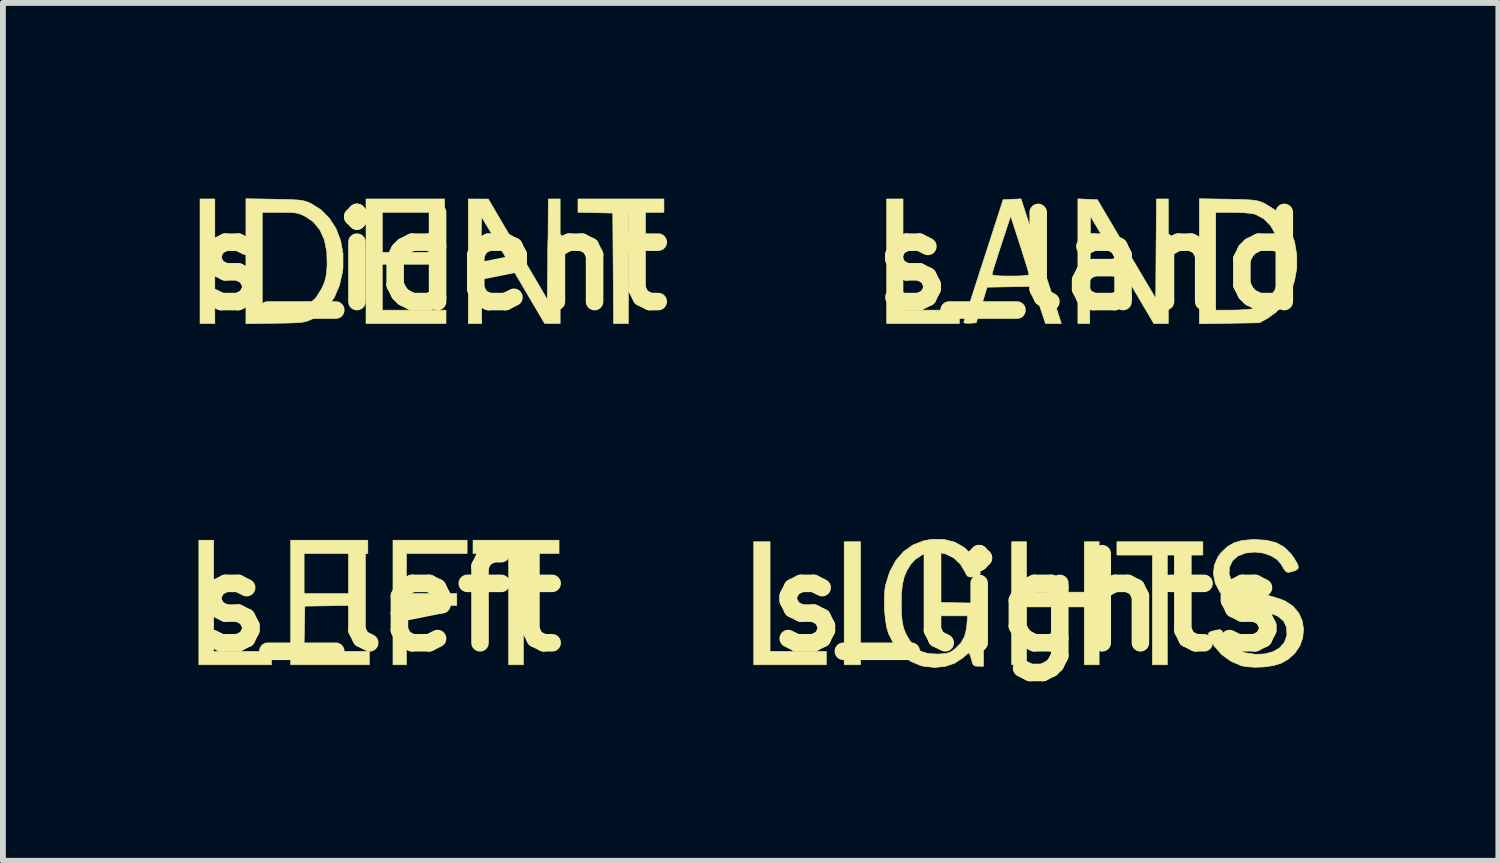
<source format=kicad_pcb>
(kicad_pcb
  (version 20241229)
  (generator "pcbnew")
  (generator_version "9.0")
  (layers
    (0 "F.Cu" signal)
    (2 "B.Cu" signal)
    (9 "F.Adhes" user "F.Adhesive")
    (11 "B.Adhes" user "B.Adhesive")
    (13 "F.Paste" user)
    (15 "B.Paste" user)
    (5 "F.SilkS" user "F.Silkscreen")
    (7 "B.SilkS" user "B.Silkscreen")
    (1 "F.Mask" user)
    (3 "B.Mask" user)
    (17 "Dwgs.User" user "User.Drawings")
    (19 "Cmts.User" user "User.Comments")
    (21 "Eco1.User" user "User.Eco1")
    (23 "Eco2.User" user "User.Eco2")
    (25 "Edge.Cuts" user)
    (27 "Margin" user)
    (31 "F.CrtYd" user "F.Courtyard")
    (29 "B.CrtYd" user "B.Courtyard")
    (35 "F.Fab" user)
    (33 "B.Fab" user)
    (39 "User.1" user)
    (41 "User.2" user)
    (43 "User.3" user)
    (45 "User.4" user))
  (footprint "s_lights"
    (layer "F.Cu")
    (at 14.531 7.254)
    (property "Reference" "s_lights" (at 0 0 0) (layer "F.SilkS") (effects (font (size 1.524 1.524) (thickness 0.3))))
    (attr through_hole)
    (fp_poly (pts (xy -2.864 1.065) (xy -3.143 1.065) (xy -3.143 -1.039) (xy -2.864 -1.039) (xy -2.864 1.065)) (stroke (width 0.01) (type solid)) (fill yes) (layer "F.SilkS"))
    (fp_poly (pts (xy -4.411 0.837) (xy -3.448 0.837) (xy -3.448 1.065) (xy -4.69 1.065) (xy -4.69 -1.039) (xy -4.411 -1.039) (xy -4.411 0.837)) (stroke (width 0.01) (type solid)) (fill yes) (layer "F.SilkS"))
    (fp_poly (pts (xy 2.991 -0.811) (xy 2.383 -0.811) (xy 2.383 1.065) (xy 2.129 1.065) (xy 2.129 -0.811) (xy 1.521 -0.811) (xy 1.521 -1.039) (xy 2.991 -1.039) (xy 2.991 -0.811)) (stroke (width 0.01) (type solid)) (fill yes) (layer "F.SilkS"))
    (fp_poly (pts (xy -0.025 -0.177) (xy 0.963 -0.177) (xy 0.963 -1.039) (xy 1.217 -1.039) (xy 1.217 1.065) (xy 0.963 1.065) (xy 0.963 0.076) (xy -0.025 0.076) (xy -0.025 1.065) (xy -0.279 1.065) (xy -0.279 -1.039) (xy -0.025 -1.039) (xy -0.025 -0.177)) (stroke (width 0.01) (type solid)) (fill yes) (layer "F.SilkS"))
    (fp_poly (pts (xy -1.427 -1.077) (xy -1.243 -1.028) (xy -1.085 -0.936) (xy -0.954 -0.805) (xy -0.877 -0.679) (xy -0.831 -0.58) (xy -0.814 -0.514) (xy -0.826 -0.474) (xy -0.868 -0.452) (xy -0.89 -0.447) (xy -0.973 -0.434) (xy -1.023 -0.442) (xy -1.055 -0.476) (xy -1.078 -0.526) (xy -1.158 -0.659) (xy -1.266 -0.759) (xy -1.395 -0.826) (xy -1.534 -0.859) (xy -1.677 -0.855) (xy -1.812 -0.814) (xy -1.932 -0.734) (xy -2 -0.659) (xy -2.069 -0.549) (xy -2.118 -0.434) (xy -2.148 -0.302) (xy -2.164 -0.142) (xy -2.167 0.013) (xy -2.164 0.188) (xy -2.151 0.325) (xy -2.128 0.436) (xy -2.089 0.534) (xy -2.034 0.631) (xy -2.021 0.65) (xy -1.929 0.764) (xy -1.828 0.837) (xy -1.706 0.874) (xy -1.552 0.882) (xy -1.542 0.882) (xy -1.438 0.876) (xy -1.367 0.864) (xy -1.313 0.841) (xy -1.258 0.802) (xy -1.251 0.796) (xy -1.149 0.695) (xy -1.085 0.583) (xy -1.051 0.445) (xy -1.046 0.392) (xy -1.032 0.228) (xy -1.572 0.228) (xy -1.572 -0.001) (xy -1.172 0.006) (xy -0.773 0.013) (xy -0.766 0.551) (xy -0.759 1.09) (xy -0.848 1.09) (xy -0.904 1.086) (xy -0.935 1.066) (xy -0.955 1.017) (xy -0.966 0.976) (xy -0.985 0.909) (xy -1.002 0.868) (xy -1.008 0.862) (xy -1.032 0.877) (xy -1.081 0.917) (xy -1.117 0.949) (xy -1.252 1.038) (xy -1.415 1.093) (xy -1.596 1.111) (xy -1.784 1.091) (xy -1.83 1.08) (xy -2.003 1.008) (xy -2.155 0.891) (xy -2.283 0.733) (xy -2.383 0.536) (xy -2.385 0.532) (xy -2.418 0.417) (xy -2.441 0.267) (xy -2.455 0.101) (xy -2.457 -0.066) (xy -2.448 -0.217) (xy -2.434 -0.301) (xy -2.364 -0.526) (xy -2.26 -0.717) (xy -2.127 -0.871) (xy -1.965 -0.985) (xy -1.779 -1.057) (xy -1.631 -1.082) (xy -1.427 -1.077)) (stroke (width 0.01) (type solid)) (fill yes) (layer "F.SilkS"))
    (fp_poly (pts (xy 4.081 -1.064) (xy 4.247 -1.021) (xy 4.383 -0.946) (xy 4.496 -0.835) (xy 4.55 -0.76) (xy 4.603 -0.67) (xy 4.625 -0.611) (xy 4.615 -0.573) (xy 4.572 -0.547) (xy 4.533 -0.534) (xy 4.472 -0.517) (xy 4.431 -0.518) (xy 4.399 -0.542) (xy 4.362 -0.599) (xy 4.33 -0.656) (xy 4.26 -0.736) (xy 4.153 -0.801) (xy 4.023 -0.845) (xy 3.882 -0.862) (xy 3.878 -0.862) (xy 3.716 -0.845) (xy 3.588 -0.794) (xy 3.497 -0.711) (xy 3.447 -0.605) (xy 3.439 -0.488) (xy 3.478 -0.381) (xy 3.561 -0.296) (xy 3.578 -0.285) (xy 3.635 -0.258) (xy 3.73 -0.225) (xy 3.847 -0.189) (xy 3.975 -0.155) (xy 3.976 -0.155) (xy 4.107 -0.121) (xy 4.231 -0.085) (xy 4.334 -0.051) (xy 4.399 -0.025) (xy 4.534 0.065) (xy 4.631 0.18) (xy 4.691 0.313) (xy 4.713 0.456) (xy 4.699 0.602) (xy 4.65 0.742) (xy 4.564 0.869) (xy 4.444 0.976) (xy 4.329 1.039) (xy 4.201 1.078) (xy 4.044 1.102) (xy 3.879 1.108) (xy 3.726 1.097) (xy 3.646 1.08) (xy 3.469 1.004) (xy 3.311 0.889) (xy 3.184 0.743) (xy 3.117 0.625) (xy 3.091 0.563) (xy 3.088 0.525) (xy 3.115 0.502) (xy 3.181 0.483) (xy 3.233 0.471) (xy 3.286 0.465) (xy 3.316 0.484) (xy 3.341 0.54) (xy 3.342 0.543) (xy 3.395 0.634) (xy 3.481 0.724) (xy 3.585 0.802) (xy 3.691 0.853) (xy 3.712 0.859) (xy 3.889 0.887) (xy 4.051 0.88) (xy 4.192 0.842) (xy 4.306 0.775) (xy 4.386 0.682) (xy 4.427 0.564) (xy 4.429 0.551) (xy 4.422 0.422) (xy 4.372 0.317) (xy 4.278 0.239) (xy 4.264 0.231) (xy 4.203 0.206) (xy 4.105 0.173) (xy 3.986 0.136) (xy 3.866 0.104) (xy 3.687 0.054) (xy 3.549 0.009) (xy 3.447 -0.036) (xy 3.37 -0.084) (xy 3.313 -0.138) (xy 3.285 -0.174) (xy 3.204 -0.328) (xy 3.172 -0.485) (xy 3.187 -0.638) (xy 3.25 -0.782) (xy 3.311 -0.861) (xy 3.415 -0.958) (xy 3.53 -1.023) (xy 3.666 -1.061) (xy 3.837 -1.076) (xy 3.878 -1.076) (xy 4.081 -1.064)) (stroke (width 0.01) (type solid)) (fill yes) (layer "F.SilkS")))
  (footprint "s_ident"
    (layer "F.Cu")
    (at 4.325 1.418)
    (property "Reference" "s_ident" (at 0 0 0) (layer "F.SilkS") (effects (font (size 1.524 1.524) (thickness 0.3))))
    (attr through_hole)
    (fp_poly (pts (xy -3.701 1.065) (xy -3.954 1.065) (xy -3.954 -1.065) (xy -3.701 -1.065) (xy -3.701 1.065)) (stroke (width 0.01) (type solid)) (fill yes) (layer "F.SilkS"))
    (fp_poly (pts (xy 3.98 -0.837) (xy 3.371 -0.837) (xy 3.371 1.065) (xy 3.119 1.065) (xy 3.112 0.12) (xy 3.105 -0.824) (xy 2.807 -0.831) (xy 2.51 -0.838) (xy 2.51 -1.065) (xy 3.98 -1.065) (xy 3.98 -0.837)) (stroke (width 0.01) (type solid)) (fill yes) (layer "F.SilkS"))
    (fp_poly (pts (xy 0.228 -0.837) (xy -0.837 -0.837) (xy -0.837 -0.152) (xy 0.025 -0.152) (xy 0.025 0.051) (xy -0.837 0.051) (xy -0.837 0.837) (xy 0.253 0.837) (xy 0.253 1.065) (xy -1.115 1.065) (xy -1.115 -1.065) (xy 0.228 -1.065) (xy 0.228 -0.837)) (stroke (width 0.01) (type solid)) (fill yes) (layer "F.SilkS"))
    (fp_poly (pts (xy 2.205 1.065) (xy 2.072 1.064) (xy 1.939 1.063) (xy 1.41 0.164) (xy 1.296 -0.03) (xy 1.189 -0.211) (xy 1.093 -0.372) (xy 1.01 -0.511) (xy 0.943 -0.621) (xy 0.895 -0.7) (xy 0.869 -0.741) (xy 0.865 -0.746) (xy 0.862 -0.724) (xy 0.859 -0.657) (xy 0.857 -0.55) (xy 0.855 -0.409) (xy 0.855 -0.24) (xy 0.855 -0.048) (xy 0.857 0.154) (xy 0.864 1.065) (xy 0.634 1.065) (xy 0.634 -1.065) (xy 0.976 -1.064) (xy 1.483 -0.201) (xy 1.99 0.661) (xy 1.997 -0.202) (xy 2.003 -1.065) (xy 2.205 -1.065) (xy 2.205 1.065)) (stroke (width 0.01) (type solid)) (fill yes) (layer "F.SilkS"))
    (fp_poly (pts (xy -2.681 -1.061) (xy -2.51 -1.057) (xy -2.382 -1.053) (xy -2.286 -1.048) (xy -2.215 -1.04) (xy -2.16 -1.028) (xy -2.112 -1.012) (xy -2.062 -0.99) (xy -2.053 -0.986) (xy -1.881 -0.877) (xy -1.738 -0.731) (xy -1.626 -0.554) (xy -1.549 -0.351) (xy -1.509 -0.128) (xy -1.509 0.107) (xy -1.517 0.184) (xy -1.57 0.414) (xy -1.656 0.616) (xy -1.773 0.786) (xy -1.919 0.919) (xy -2.022 0.981) (xy -2.074 1.005) (xy -2.12 1.023) (xy -2.17 1.037) (xy -2.232 1.046) (xy -2.315 1.052) (xy -2.426 1.056) (xy -2.576 1.059) (xy -2.668 1.06) (xy -3.169 1.068) (xy -3.169 -0.837) (xy -2.89 -0.837) (xy -2.89 0.837) (xy -2.605 0.835) (xy -2.459 0.831) (xy -2.335 0.821) (xy -2.246 0.807) (xy -2.224 0.8) (xy -2.084 0.729) (xy -1.97 0.623) (xy -1.877 0.475) (xy -1.874 0.469) (xy -1.832 0.376) (xy -1.806 0.292) (xy -1.79 0.198) (xy -1.781 0.073) (xy -1.78 0.068) (xy -1.786 -0.164) (xy -1.828 -0.367) (xy -1.904 -0.537) (xy -2.015 -0.672) (xy -2.153 -0.767) (xy -2.216 -0.797) (xy -2.273 -0.817) (xy -2.337 -0.829) (xy -2.421 -0.835) (xy -2.537 -0.836) (xy -2.59 -0.837) (xy -2.89 -0.837) (xy -3.169 -0.837) (xy -3.169 -1.069) (xy -2.681 -1.061)) (stroke (width 0.01) (type solid)) (fill yes) (layer "F.SilkS")))
  (footprint "s_left"
    (layer "F.Cu")
    (at 3.418 7.254)
    (property "Reference" "s_left" (at 0 0 0) (layer "F.SilkS") (effects (font (size 1.524 1.524) (thickness 0.3))))
    (attr through_hole)
    (fp_poly (pts (xy -2.814 0.837) (xy -1.825 0.837) (xy -1.825 1.065) (xy -3.067 1.065) (xy -3.067 -1.065) (xy -2.814 -1.065) (xy -2.814 0.837)) (stroke (width 0.01) (type solid)) (fill yes) (layer "F.SilkS"))
    (fp_poly (pts (xy 3.093 -0.837) (xy 2.484 -0.837) (xy 2.484 1.065) (xy 2.231 1.065) (xy 2.231 -0.837) (xy 1.622 -0.837) (xy 1.622 -1.065) (xy 3.093 -1.065) (xy 3.093 -0.837)) (stroke (width 0.01) (type solid)) (fill yes) (layer "F.SilkS"))
    (fp_poly (pts (xy 1.521 -0.837) (xy 0.482 -0.837) (xy 0.482 -0.152) (xy 1.344 -0.152) (xy 1.344 0.051) (xy 0.482 0.051) (xy 0.482 1.065) (xy 0.253 1.065) (xy 0.253 -1.065) (xy 1.521 -1.065) (xy 1.521 -0.837)) (stroke (width 0.01) (type solid)) (fill yes) (layer "F.SilkS"))
    (fp_poly (pts (xy -0.177 -0.837) (xy -1.267 -0.837) (xy -1.267 -0.152) (xy -0.406 -0.152) (xy -0.406 0.049) (xy -0.83 0.056) (xy -1.255 0.063) (xy -1.269 0.837) (xy -0.152 0.837) (xy -0.152 1.065) (xy -1.496 1.065) (xy -1.496 -1.065) (xy -0.177 -1.065) (xy -0.177 -0.837)) (stroke (width 0.01) (type solid)) (fill yes) (layer "F.SilkS")))
  (footprint "s_land"
    (layer "F.Cu")
    (at 15.613 1.418)
    (property "Reference" "s_land" (at 0 0 0) (layer "F.SilkS") (effects (font (size 1.524 1.524) (thickness 0.3))))
    (attr through_hole)
    (fp_poly (pts (xy -3.219 0.837) (xy -2.256 0.837) (xy -2.256 1.065) (xy -3.498 1.065) (xy -3.498 -1.065) (xy -3.219 -1.065) (xy -3.219 0.837)) (stroke (width 0.01) (type solid)) (fill yes) (layer "F.SilkS"))
    (fp_poly (pts (xy 0.106 -1.052) (xy 0.604 -0.208) (xy 1.103 0.636) (xy 1.109 -0.214) (xy 1.116 -1.065) (xy 1.318 -1.065) (xy 1.318 1.065) (xy 1.07 1.065) (xy 0.529 0.147) (xy -0.013 -0.77) (xy -0.019 0.147) (xy -0.026 1.065) (xy -0.228 1.065) (xy -0.228 -1.067) (xy 0.106 -1.052)) (stroke (width 0.01) (type solid)) (fill yes) (layer "F.SilkS"))
    (fp_poly (pts (xy 2.338 -1.061) (xy 2.509 -1.057) (xy 2.637 -1.053) (xy 2.733 -1.048) (xy 2.804 -1.04) (xy 2.86 -1.028) (xy 2.908 -1.012) (xy 2.959 -0.99) (xy 2.97 -0.985) (xy 3.145 -0.875) (xy 3.29 -0.726) (xy 3.403 -0.541) (xy 3.403 -0.541) (xy 3.479 -0.326) (xy 3.516 -0.104) (xy 3.515 0.119) (xy 3.477 0.334) (xy 3.405 0.536) (xy 3.3 0.716) (xy 3.165 0.868) (xy 3.012 0.978) (xy 2.877 1.052) (xy 2.364 1.061) (xy 1.85 1.069) (xy 1.85 -0.837) (xy 2.129 -0.837) (xy 2.129 0.837) (xy 2.402 0.836) (xy 2.525 0.834) (xy 2.639 0.827) (xy 2.728 0.818) (xy 2.766 0.811) (xy 2.92 0.743) (xy 3.046 0.635) (xy 3.142 0.49) (xy 3.207 0.311) (xy 3.239 0.101) (xy 3.24 -0.066) (xy 3.214 -0.274) (xy 3.155 -0.457) (xy 3.067 -0.609) (xy 2.953 -0.725) (xy 2.816 -0.799) (xy 2.792 -0.807) (xy 2.726 -0.819) (xy 2.624 -0.829) (xy 2.503 -0.835) (xy 2.412 -0.837) (xy 2.129 -0.837) (xy 1.85 -0.837) (xy 1.85 -1.069) (xy 2.338 -1.061)) (stroke (width 0.01) (type solid)) (fill yes) (layer "F.SilkS"))
    (fp_poly (pts (xy -0.964 -0.337) (xy -0.898 -0.133) (xy -0.831 0.073) (xy -0.767 0.272) (xy -0.708 0.453) (xy -0.658 0.607) (xy -0.621 0.723) (xy -0.619 0.729) (xy -0.512 1.065) (xy -0.782 1.065) (xy -0.851 0.856) (xy -0.889 0.744) (xy -0.929 0.635) (xy -0.961 0.551) (xy -0.967 0.538) (xy -1.013 0.43) (xy -1.781 0.444) (xy -1.874 0.748) (xy -1.967 1.052) (xy -2.073 1.06) (xy -2.139 1.06) (xy -2.176 1.052) (xy -2.18 1.047) (xy -2.172 1.019) (xy -2.151 0.949) (xy -2.117 0.84) (xy -2.072 0.697) (xy -2.017 0.527) (xy -1.955 0.334) (xy -1.919 0.222) (xy -1.697 0.222) (xy -1.684 0.236) (xy -1.64 0.245) (xy -1.558 0.251) (xy -1.434 0.253) (xy -1.382 0.253) (xy -1.233 0.252) (xy -1.133 0.246) (xy -1.078 0.236) (xy -1.065 0.225) (xy -1.072 0.193) (xy -1.093 0.12) (xy -1.125 0.015) (xy -1.166 -0.114) (xy -1.212 -0.261) (xy -1.221 -0.289) (xy -1.378 -0.773) (xy -1.536 -0.292) (xy -1.585 -0.143) (xy -1.627 -0.009) (xy -1.662 0.101) (xy -1.686 0.18) (xy -1.696 0.22) (xy -1.697 0.222) (xy -1.919 0.222) (xy -1.887 0.123) (xy -1.843 -0.013) (xy -1.507 -1.052) (xy -1.201 -1.067) (xy -0.964 -0.337)) (stroke (width 0.01) (type solid)) (fill yes) (layer "F.SilkS")))
  (gr_rect
    (start -3 -3)
    (end 22.576 11.672)
    (stroke (width 0.1) (type default))
    (fill no)
    (layer "Edge.Cuts")))
</source>
